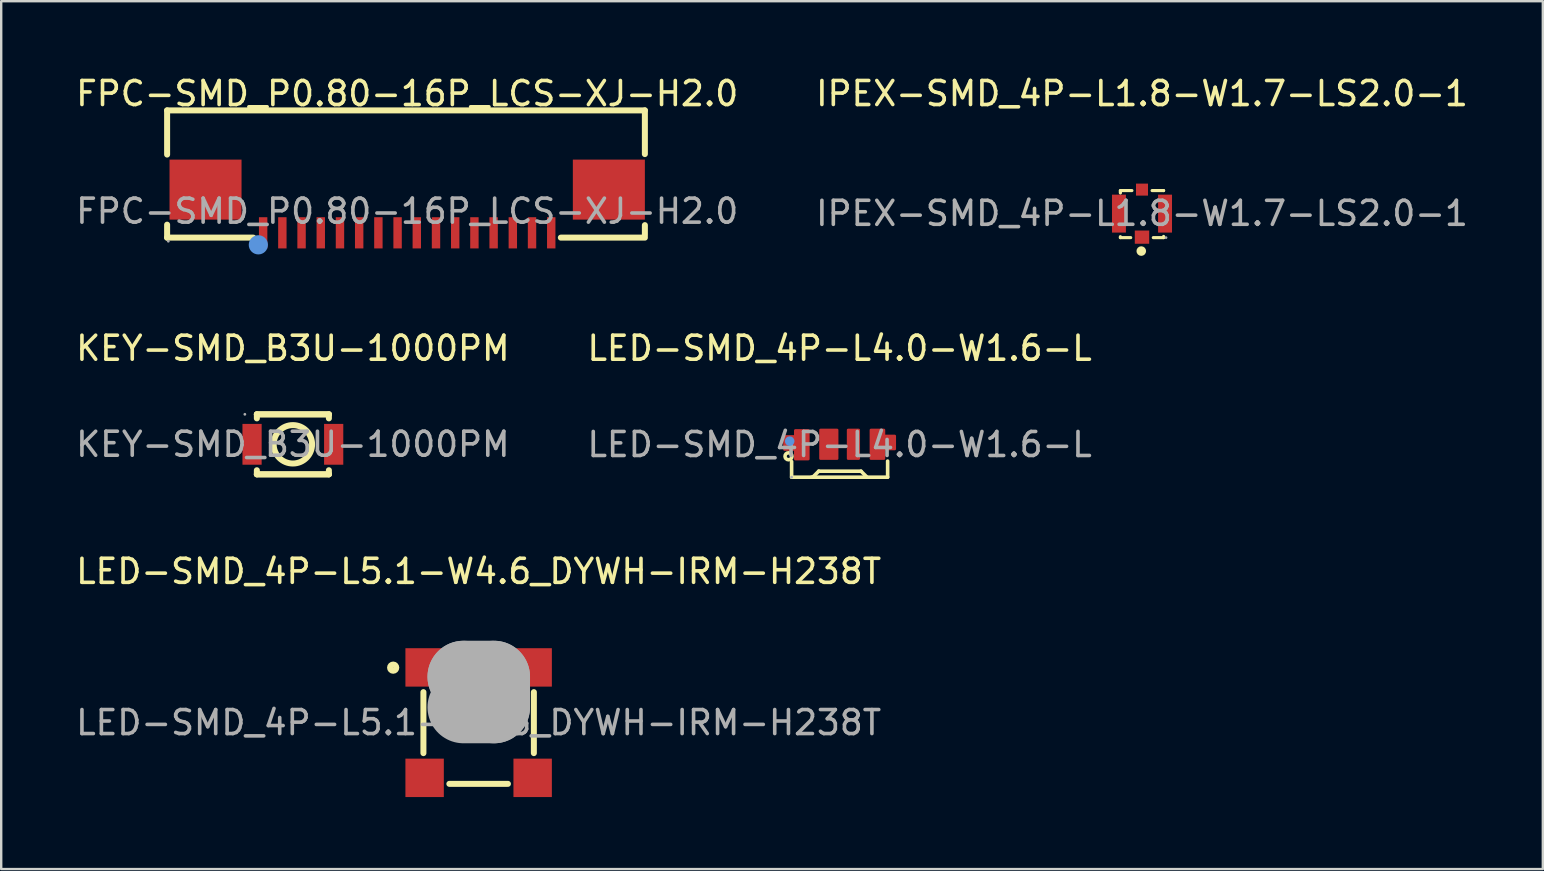
<source format=kicad_pcb>
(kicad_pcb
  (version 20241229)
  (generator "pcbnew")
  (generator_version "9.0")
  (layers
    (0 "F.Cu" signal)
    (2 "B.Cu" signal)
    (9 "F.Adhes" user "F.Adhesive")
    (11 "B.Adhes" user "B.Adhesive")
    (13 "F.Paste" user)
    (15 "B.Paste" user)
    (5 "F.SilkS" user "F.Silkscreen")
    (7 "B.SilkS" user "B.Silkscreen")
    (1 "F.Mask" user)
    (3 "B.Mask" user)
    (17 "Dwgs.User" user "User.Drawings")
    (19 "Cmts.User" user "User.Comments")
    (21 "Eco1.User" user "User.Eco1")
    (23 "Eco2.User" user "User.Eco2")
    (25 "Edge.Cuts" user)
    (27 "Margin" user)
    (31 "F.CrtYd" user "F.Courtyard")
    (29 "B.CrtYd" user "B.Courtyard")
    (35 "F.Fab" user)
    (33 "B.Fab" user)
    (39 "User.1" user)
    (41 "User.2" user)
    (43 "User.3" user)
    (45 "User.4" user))
  (footprint "LED-SMD_4P-L5.1-W4.6_DYWH-IRM-H238T"
    (layer "F.Cu")
    (at 16.887 27.05)
    (property "Reference" "LED-SMD_4P-L5.1-W4.6_DYWH-IRM-H238T" (at 0 -6.3 0) (layer "F.SilkS") (effects (font (size 1 1) (thickness 0.15))))
    (attr through_hole)
    (fp_line (start -2.3 -1.27) (end -2.3 1.27) (stroke (width 0.25) (type solid)) (layer "F.SilkS"))
    (fp_line (start -1.22 -2.55) (end 1.22 -2.55) (stroke (width 0.25) (type solid)) (layer "F.SilkS"))
    (fp_line (start -1.22 2.55) (end 1.22 2.55) (stroke (width 0.25) (type solid)) (layer "F.SilkS"))
    (fp_line (start 2.3 -1.27) (end 2.3 1.27) (stroke (width 0.25) (type solid)) (layer "F.SilkS"))
    (fp_circle (center -3.56 -2.29) (end -3.43 -2.29) (stroke (width 0.25) (type solid)) (fill no) (layer "F.SilkS"))
    (fp_line (start -0.63 -1.91) (end -0.63 -1.91) (stroke (width 3) (type solid)) (layer "F.Fab"))
    (fp_line (start -0.63 -1.91) (end 0.64 -1.91) (stroke (width 3) (type solid)) (layer "F.Fab"))
    (fp_line (start 0.64 -1.91) (end 0.64 -0.64) (stroke (width 3) (type solid)) (layer "F.Fab"))
    (fp_line (start 0.64 -0.64) (end -0.63 -0.64) (stroke (width 3) (type solid)) (layer "F.Fab"))
    (fp_text user "${REFERENCE}" (at 0 0 0) (layer "F.Fab") (effects (font (size 1 1) (thickness 0.15))))
    (pad "1" smd rect (at -2.25 -2.3) (size 1.6 1.6) (layers "F.Cu" "F.Mask" "F.Paste"))
    (pad "2" smd rect (at -2.25 2.3) (size 1.6 1.6) (layers "F.Cu" "F.Mask" "F.Paste"))
    (pad "3" smd rect (at 2.25 2.3) (size 1.6 1.6) (layers "F.Cu" "F.Mask" "F.Paste"))
    (pad "4" smd rect (at 2.25 -2.3) (size 1.6 1.6) (layers "F.Cu" "F.Mask" "F.Paste")))
  (footprint "IPEX-SMD_4P-L1.8-W1.7-LS2.0-1"
    (layer "F.Cu")
    (at 44.518 5.838)
    (property "Reference" "IPEX-SMD_4P-L1.8-W1.7-LS2.0-1" (at 0 -4.99 0) (layer "F.SilkS") (effects (font (size 1 1) (thickness 0.15))))
    (attr smd)
    (fp_line (start -0.9 -0.95) (end -0.42 -0.95) (stroke (width 0.13) (type solid)) (layer "F.SilkS"))
    (fp_line (start -0.9 -0.89) (end -0.9 -0.95) (stroke (width 0.13) (type solid)) (layer "F.SilkS"))
    (fp_line (start -0.9 -0.85) (end -0.9 -0.89) (stroke (width 0.13) (type solid)) (layer "F.SilkS"))
    (fp_line (start -0.9 1.01) (end -0.9 0.97) (stroke (width 0.13) (type solid)) (layer "F.SilkS"))
    (fp_line (start -0.47 1.01) (end -0.9 1.01) (stroke (width 0.13) (type solid)) (layer "F.SilkS"))
    (fp_line (start 0.42 -0.95) (end 0.9 -0.95) (stroke (width 0.13) (type solid)) (layer "F.SilkS"))
    (fp_line (start 0.9 -0.95) (end 0.9 -0.95) (stroke (width 0.13) (type solid)) (layer "F.SilkS"))
    (fp_line (start 0.9 0.96) (end 0.9 1.01) (stroke (width 0.13) (type solid)) (layer "F.SilkS"))
    (fp_line (start 0.9 1.01) (end 0.47 1.01) (stroke (width 0.13) (type solid)) (layer "F.SilkS"))
    (fp_circle (center -0.03 1.57) (end 0.07 1.57) (stroke (width 0.2) (type solid)) (fill no) (layer "F.SilkS"))
    (fp_circle (center 1 1.01) (end 1.03 1.01) (stroke (width 0.06) (type solid)) (fill no) (layer "F.Fab"))
    (fp_text user "${REFERENCE}" (at 0 0 0) (layer "F.Fab") (effects (font (size 1 1) (thickness 0.15))))
    (pad "1" smd rect (at 0 0.99) (size 0.6 0.55) (layers "F.Cu" "F.Mask" "F.Paste"))
    (pad "2" smd rect (at 0.96 0.01) (size 0.58 1.58) (layers "F.Cu" "F.Mask" "F.Paste"))
    (pad "3" smd rect (at 0 -0.99) (size 0.5 0.5) (layers "F.Cu" "F.Mask" "F.Paste"))
    (pad "4" smd rect (at -0.96 0.01) (size 0.58 1.58) (layers "F.Cu" "F.Mask" "F.Paste")))
  (footprint "LED-SMD_4P-L4.0-W1.6-L"
    (layer "F.Cu")
    (at 31.923 15.466)
    (property "Reference" "LED-SMD_4P-L4.0-W1.6-L" (at 0 -4.01 0) (layer "F.SilkS") (effects (font (size 1 1) (thickness 0.15))))
    (attr smd)
    (fp_line (start -2 1.36) (end -2 0.71) (stroke (width 0.15) (type solid)) (layer "F.SilkS"))
    (fp_line (start -1.17 1.36) (end -1.12 1.36) (stroke (width 0.15) (type solid)) (layer "F.SilkS"))
    (fp_line (start -1.12 1.36) (end -0.87 1.11) (stroke (width 0.15) (type solid)) (layer "F.SilkS"))
    (fp_line (start -0.87 1.11) (end 0.89 1.11) (stroke (width 0.15) (type solid)) (layer "F.SilkS"))
    (fp_line (start 0.89 1.11) (end 1.14 1.36) (stroke (width 0.15) (type solid)) (layer "F.SilkS"))
    (fp_line (start 2 0.69) (end 2 1.36) (stroke (width 0.15) (type solid)) (layer "F.SilkS"))
    (fp_line (start 2 1.36) (end -2 1.36) (stroke (width 0.15) (type solid)) (layer "F.SilkS"))
    (fp_circle (center -2.13 0.49) (end -2.06 0.49) (stroke (width 0.15) (type solid)) (fill no) (layer "F.SilkS"))
    (fp_circle (center -2.08 -0.14) (end -1.98 -0.14) (stroke (width 0.2) (type solid)) (fill no) (layer "Cmts.User"))
    (fp_circle (center -2 1.36) (end -1.97 1.36) (stroke (width 0.06) (type solid)) (fill no) (layer "F.Fab"))
    (fp_text user "${REFERENCE}" (at 0 0 0) (layer "F.Fab") (effects (font (size 1 1) (thickness 0.15))))
    (pad "1" smd custom (at -1.8 0.01) (size 0.01 0.01) (layers "F.Cu" "F.Mask" "F.Paste") (options (anchor circle)) (primitives (gr_poly (pts (xy 0.5 -0.6) (xy 0.5 0.6) (xy -0.05 0.6) (xy -0.05 0.2) (xy -0.5 0.2) (xy -0.5 -0.35) (xy -0.05 -0.35) (xy -0.05 -0.6)) (width 0.1) (fill yes))))
    (pad "2" smd custom (at -0.45 -0.01) (size 0.01 0.01) (layers "F.Cu" "F.Mask" "F.Paste") (options (anchor circle)) (primitives (gr_poly (pts (xy -0.35 -0.6) (xy -0.35 0.6) (xy 0.35 0.6) (xy 0.35 -0.6)) (width 0.1) (fill yes))))
    (pad "3" smd custom (at 0.57 -0.01) (size 0.01 0.01) (layers "F.Cu" "F.Mask" "F.Paste") (options (anchor circle)) (primitives (gr_poly (pts (xy -0.22 0.6) (xy 0.23 0.6) (xy 0.23 -0.6) (xy -0.22 -0.6)) (width 0.1) (fill yes))))
    (pad "4" smd custom (at 1.8 -0.01) (size 0.01 0.01) (layers "F.Cu" "F.Mask" "F.Paste") (options (anchor circle)) (primitives (gr_poly (pts (xy -0.5 -0.6) (xy -0.5 0.6) (xy 0.05 0.6) (xy 0.05 0.2) (xy 0.5 0.2) (xy 0.5 -0.35) (xy 0.05 -0.35) (xy 0.05 -0.6)) (width 0.1) (fill yes)))))
  (footprint "KEY-SMD_B3U-1000PM"
    (layer "F.Cu")
    (at 9.149 15.457)
    (property "Reference" "KEY-SMD_B3U-1000PM" (at 0 -4 0) (layer "F.SilkS") (effects (font (size 1 1) (thickness 0.15))))
    (attr smd)
    (fp_line (start -1.5 -1.25) (end 1.5 -1.25) (stroke (width 0.25) (type solid)) (layer "F.SilkS"))
    (fp_line (start -1.5 -1.25) (end 1.5 -1.25) (stroke (width 0.25) (type solid)) (layer "F.SilkS"))
    (fp_line (start -1.5 -1.08) (end -1.5 -1.25) (stroke (width 0.25) (type solid)) (layer "F.SilkS"))
    (fp_line (start -1.5 1.25) (end -1.5 1.08) (stroke (width 0.25) (type solid)) (layer "F.SilkS"))
    (fp_line (start -1.5 1.25) (end 1.5 1.25) (stroke (width 0.25) (type solid)) (layer "F.SilkS"))
    (fp_line (start 1.5 -1.25) (end 1.5 -1.08) (stroke (width 0.25) (type solid)) (layer "F.SilkS"))
    (fp_line (start 1.5 1.08) (end 1.5 1.25) (stroke (width 0.25) (type solid)) (layer "F.SilkS"))
    (fp_line (start 1.5 1.25) (end -1.5 1.25) (stroke (width 0.25) (type solid)) (layer "F.SilkS"))
    (fp_circle (center 0 0) (end 0.8 0) (stroke (width 0.25) (type solid)) (fill no) (layer "F.SilkS"))
    (fp_circle (center -2 -1.25) (end -1.97 -1.25) (stroke (width 0.06) (type solid)) (fill no) (layer "F.Fab"))
    (fp_text user "${REFERENCE}" (at 0 0 0) (layer "F.Fab") (effects (font (size 1 1) (thickness 0.15))))
    (pad "1" smd rect (at -1.7 0) (size 0.8 1.7) (layers "F.Cu" "F.Mask" "F.Paste"))
    (pad "2" smd rect (at 1.7 0) (size 0.8 1.7) (layers "F.Cu" "F.Mask" "F.Paste")))
  (footprint "FPC-SMD_P0.80-16P_LCS-XJ-H2.0"
    (layer "F.Cu")
    (at 13.911 5.748)
    (property "Reference" "FPC-SMD_P0.80-16P_LCS-XJ-H2.0" (at 0 -4.9 0) (layer "F.SilkS") (effects (font (size 1 1) (thickness 0.15))))
    (attr smd)
    (fp_line (start -10 -4.2) (end -10 -2.36) (stroke (width 0.25) (type solid)) (layer "F.SilkS"))
    (fp_line (start -10 -4.2) (end 9.9 -4.2) (stroke (width 0.25) (type solid)) (layer "F.SilkS"))
    (fp_line (start -10 0.56) (end -10 1.1) (stroke (width 0.25) (type solid)) (layer "F.SilkS"))
    (fp_line (start -10 1.1) (end -6.41 1.1) (stroke (width 0.25) (type solid)) (layer "F.SilkS"))
    (fp_line (start 6.4 1.1) (end 9.9 1.1) (stroke (width 0.25) (type solid)) (layer "F.SilkS"))
    (fp_line (start 9.9 -4.2) (end 9.9 -2.38) (stroke (width 0.25) (type solid)) (layer "F.SilkS"))
    (fp_line (start 9.9 0.58) (end 9.9 1) (stroke (width 0.25) (type solid)) (layer "F.SilkS"))
    (fp_circle (center -6.2 1.4) (end -6 1.4) (stroke (width 0.4) (type solid)) (fill no) (layer "Cmts.User"))
    (fp_circle (center -9.95 1.25) (end -9.92 1.25) (stroke (width 0.06) (type solid)) (fill no) (layer "F.Fab"))
    (fp_text user "${REFERENCE}" (at 0 0 0) (layer "F.Fab") (effects (font (size 1 1) (thickness 0.15))))
    (pad "1" smd rect (at -6 0.9) (size 0.35 1.3) (layers "F.Cu" "F.Mask" "F.Paste"))
    (pad "2" smd rect (at -5.2 0.9) (size 0.35 1.3) (layers "F.Cu" "F.Mask" "F.Paste"))
    (pad "3" smd rect (at -4.4 0.9) (size 0.35 1.3) (layers "F.Cu" "F.Mask" "F.Paste"))
    (pad "4" smd rect (at -3.6 0.9) (size 0.35 1.3) (layers "F.Cu" "F.Mask" "F.Paste"))
    (pad "5" smd rect (at -2.8 0.9) (size 0.35 1.3) (layers "F.Cu" "F.Mask" "F.Paste"))
    (pad "6" smd rect (at -2 0.9) (size 0.35 1.3) (layers "F.Cu" "F.Mask" "F.Paste"))
    (pad "7" smd rect (at -1.2 0.9) (size 0.35 1.3) (layers "F.Cu" "F.Mask" "F.Paste"))
    (pad "8" smd rect (at -0.4 0.9) (size 0.35 1.3) (layers "F.Cu" "F.Mask" "F.Paste"))
    (pad "9" smd rect (at 0.4 0.9) (size 0.35 1.3) (layers "F.Cu" "F.Mask" "F.Paste"))
    (pad "10" smd rect (at 1.2 0.9) (size 0.35 1.3) (layers "F.Cu" "F.Mask" "F.Paste"))
    (pad "11" smd rect (at 2 0.9) (size 0.35 1.3) (layers "F.Cu" "F.Mask" "F.Paste"))
    (pad "12" smd rect (at 2.8 0.9) (size 0.35 1.3) (layers "F.Cu" "F.Mask" "F.Paste"))
    (pad "13" smd rect (at 3.6 0.9) (size 0.35 1.3) (layers "F.Cu" "F.Mask" "F.Paste"))
    (pad "14" smd rect (at 4.4 0.9) (size 0.35 1.3) (layers "F.Cu" "F.Mask" "F.Paste"))
    (pad "15" smd rect (at 5.2 0.9) (size 0.35 1.3) (layers "F.Cu" "F.Mask" "F.Paste"))
    (pad "16" smd rect (at 6 0.9) (size 0.35 1.3) (layers "F.Cu" "F.Mask" "F.Paste"))
    (pad "17" smd rect (at 8.4 -0.9 270) (size 2.5 3) (layers "F.Cu" "F.Mask" "F.Paste"))
    (pad "18" smd rect (at -8.4 -0.9 270) (size 2.5 3) (layers "F.Cu" "F.Mask" "F.Paste")))
  (gr_rect
    (start -3 -3)
    (end 61.214 33.15)
    (stroke (width 0.1) (type default))
    (fill no)
    (layer "Edge.Cuts")))
</source>
